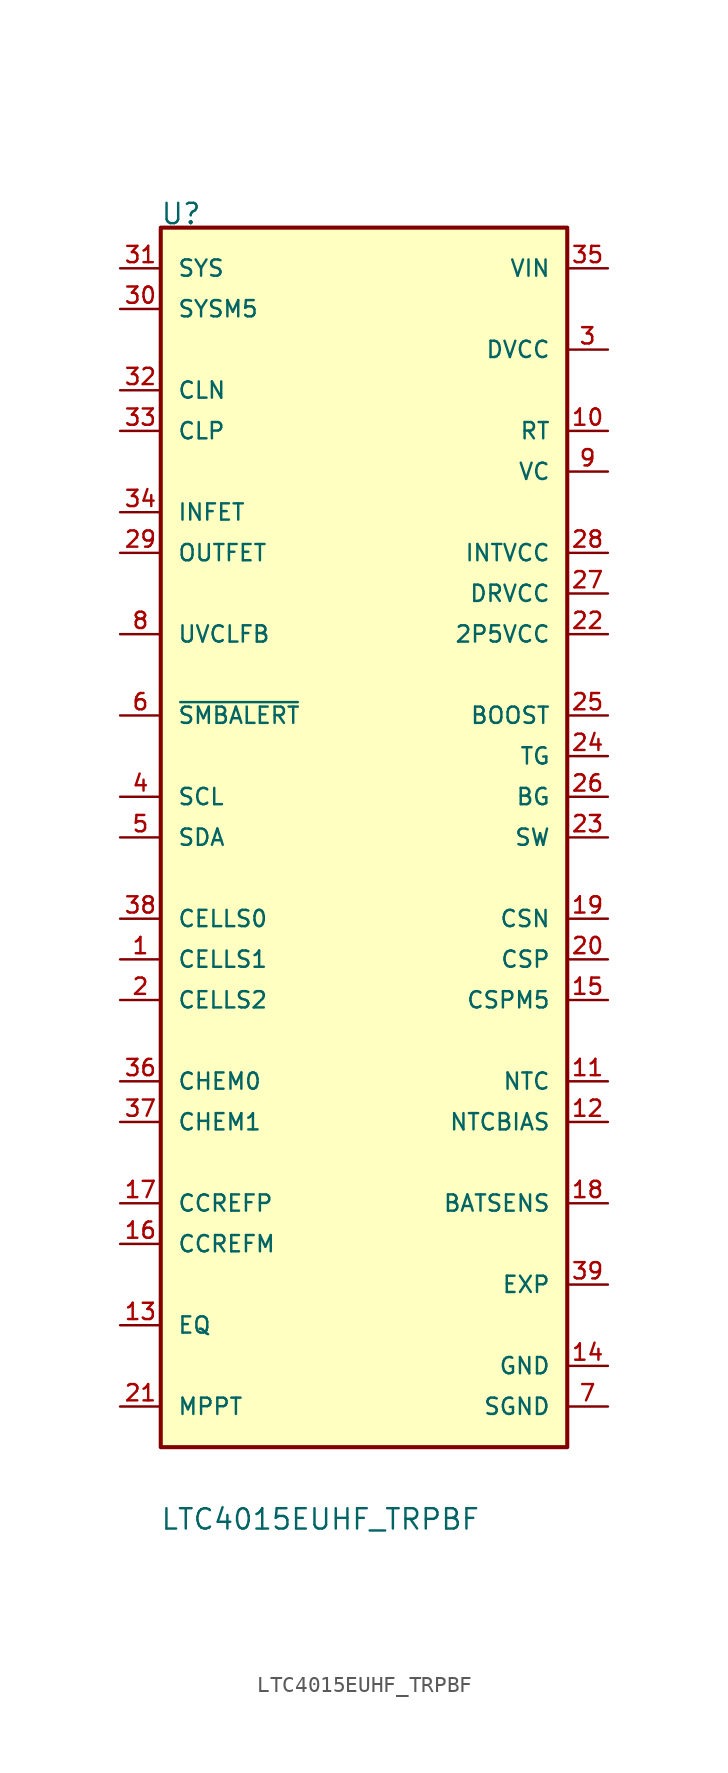
<source format=kicad_sym>
(kicad_symbol_lib
  (version 20211014)
  (generator kicad_symbol_editor)
  (symbol "LTC4015EUHF_TRPBF"
    (pin_names
      (offset 1.016))
    (property "Reference" "U"
      (at -12.74 38.219 0)
      (effects (font (size 1.27 1.27)) (justify bottom left)))
    (property "Value" "LTC4015EUHF_TRPBF"
      (at -12.749 -43.347 0)
      (effects (font (size 1.27 1.27)) (justify bottom left)))
    (symbol "LTC4015EUHF_TRPBF_0_0"
      (rectangle (start -12.7 -38.1) (end 12.7 38.1) (stroke (width 0.254)) (fill (type background)))
      (pin bidirectional line (at -15.24 -7.62 0) (length 2.54) (name "CELLS1" (effects (font (size 1.016 1.016)))) (number "1" (effects (font (size 1.016 1.016)))))
      (pin bidirectional line (at -15.24 -10.16 0) (length 2.54) (name "CELLS2" (effects (font (size 1.016 1.016)))) (number "2" (effects (font (size 1.016 1.016)))))
      (pin power_in line (at 15.24 30.48 180.0) (length 2.54) (name "DVCC" (effects (font (size 1.016 1.016)))) (number "3" (effects (font (size 1.016 1.016)))))
      (pin input line (at -15.24 2.54 0) (length 2.54) (name "SCL" (effects (font (size 1.016 1.016)))) (number "4" (effects (font (size 1.016 1.016)))))
      (pin bidirectional line (at -15.24 0.0 0) (length 2.54) (name "SDA" (effects (font (size 1.016 1.016)))) (number "5" (effects (font (size 1.016 1.016)))))
      (pin bidirectional line (at -15.24 7.62 0) (length 2.54) (name "~{SMBALERT}" (effects (font (size 1.016 1.016)))) (number "6" (effects (font (size 1.016 1.016)))))
      (pin power_in line (at 15.24 -35.56 180.0) (length 2.54) (name "SGND" (effects (font (size 1.016 1.016)))) (number "7" (effects (font (size 1.016 1.016)))))
      (pin bidirectional line (at -15.24 12.7 0) (length 2.54) (name "UVCLFB" (effects (font (size 1.016 1.016)))) (number "8" (effects (font (size 1.016 1.016)))))
      (pin power_in line (at 15.24 22.86 180.0) (length 2.54) (name "VC" (effects (font (size 1.016 1.016)))) (number "9" (effects (font (size 1.016 1.016)))))
      (pin power_in line (at 15.24 25.4 180.0) (length 2.54) (name "RT" (effects (font (size 1.016 1.016)))) (number "10" (effects (font (size 1.016 1.016)))))
      (pin input line (at 15.24 -15.24 180.0) (length 2.54) (name "NTC" (effects (font (size 1.016 1.016)))) (number "11" (effects (font (size 1.016 1.016)))))
      (pin output line (at 15.24 -17.78 180.0) (length 2.54) (name "NTCBIAS" (effects (font (size 1.016 1.016)))) (number "12" (effects (font (size 1.016 1.016)))))
      (pin input line (at -15.24 -30.48 0) (length 2.54) (name "EQ" (effects (font (size 1.016 1.016)))) (number "13" (effects (font (size 1.016 1.016)))))
      (pin power_in line (at 15.24 -33.02 180.0) (length 2.54) (name "GND" (effects (font (size 1.016 1.016)))) (number "14" (effects (font (size 1.016 1.016)))))
      (pin bidirectional line (at 15.24 -10.16 180.0) (length 2.54) (name "CSPM5" (effects (font (size 1.016 1.016)))) (number "15" (effects (font (size 1.016 1.016)))))
      (pin bidirectional line (at -15.24 -25.4 0) (length 2.54) (name "CCREFM" (effects (font (size 1.016 1.016)))) (number "16" (effects (font (size 1.016 1.016)))))
      (pin bidirectional line (at -15.24 -22.86 0) (length 2.54) (name "CCREFP" (effects (font (size 1.016 1.016)))) (number "17" (effects (font (size 1.016 1.016)))))
      (pin input line (at 15.24 -22.86 180.0) (length 2.54) (name "BATSENS" (effects (font (size 1.016 1.016)))) (number "18" (effects (font (size 1.016 1.016)))))
      (pin bidirectional line (at 15.24 -5.08 180.0) (length 2.54) (name "CSN" (effects (font (size 1.016 1.016)))) (number "19" (effects (font (size 1.016 1.016)))))
      (pin bidirectional line (at 15.24 -7.62 180.0) (length 2.54) (name "CSP" (effects (font (size 1.016 1.016)))) (number "20" (effects (font (size 1.016 1.016)))))
      (pin input line (at -15.24 -35.56 0) (length 2.54) (name "MPPT" (effects (font (size 1.016 1.016)))) (number "21" (effects (font (size 1.016 1.016)))))
      (pin power_in line (at 15.24 12.7 180.0) (length 2.54) (name "2P5VCC" (effects (font (size 1.016 1.016)))) (number "22" (effects (font (size 1.016 1.016)))))
      (pin bidirectional line (at -15.24 -5.08 0) (length 2.54) (name "CELLS0" (effects (font (size 1.016 1.016)))) (number "38" (effects (font (size 1.016 1.016)))))
      (pin bidirectional line (at 15.24 0.0 180.0) (length 2.54) (name "SW" (effects (font (size 1.016 1.016)))) (number "23" (effects (font (size 1.016 1.016)))))
      (pin bidirectional line (at 15.24 5.08 180.0) (length 2.54) (name "TG" (effects (font (size 1.016 1.016)))) (number "24" (effects (font (size 1.016 1.016)))))
      (pin bidirectional line (at 15.24 7.62 180.0) (length 2.54) (name "BOOST" (effects (font (size 1.016 1.016)))) (number "25" (effects (font (size 1.016 1.016)))))
      (pin bidirectional line (at 15.24 2.54 180.0) (length 2.54) (name "BG" (effects (font (size 1.016 1.016)))) (number "26" (effects (font (size 1.016 1.016)))))
      (pin power_in line (at 15.24 15.24 180.0) (length 2.54) (name "DRVCC" (effects (font (size 1.016 1.016)))) (number "27" (effects (font (size 1.016 1.016)))))
      (pin power_in line (at 15.24 17.78 180.0) (length 2.54) (name "INTVCC" (effects (font (size 1.016 1.016)))) (number "28" (effects (font (size 1.016 1.016)))))
      (pin output line (at -15.24 17.78 0) (length 2.54) (name "OUTFET" (effects (font (size 1.016 1.016)))) (number "29" (effects (font (size 1.016 1.016)))))
      (pin input line (at -15.24 33.02 0) (length 2.54) (name "SYSM5" (effects (font (size 1.016 1.016)))) (number "30" (effects (font (size 1.016 1.016)))))
      (pin input line (at -15.24 35.56 0) (length 2.54) (name "SYS" (effects (font (size 1.016 1.016)))) (number "31" (effects (font (size 1.016 1.016)))))
      (pin bidirectional line (at -15.24 27.94 0) (length 2.54) (name "CLN" (effects (font (size 1.016 1.016)))) (number "32" (effects (font (size 1.016 1.016)))))
      (pin bidirectional line (at -15.24 25.4 0) (length 2.54) (name "CLP" (effects (font (size 1.016 1.016)))) (number "33" (effects (font (size 1.016 1.016)))))
      (pin input line (at -15.24 20.32 0) (length 2.54) (name "INFET" (effects (font (size 1.016 1.016)))) (number "34" (effects (font (size 1.016 1.016)))))
      (pin power_in line (at 15.24 35.56 180.0) (length 2.54) (name "VIN" (effects (font (size 1.016 1.016)))) (number "35" (effects (font (size 1.016 1.016)))))
      (pin bidirectional line (at -15.24 -15.24 0) (length 2.54) (name "CHEM0" (effects (font (size 1.016 1.016)))) (number "36" (effects (font (size 1.016 1.016)))))
      (pin bidirectional line (at -15.24 -17.78 0) (length 2.54) (name "CHEM1" (effects (font (size 1.016 1.016)))) (number "37" (effects (font (size 1.016 1.016)))))
      (pin passive line (at 15.24 -27.94 180.0) (length 2.54) (name "EXP" (effects (font (size 1.016 1.016)))) (number "39" (effects (font (size 1.016 1.016))))))))
</source>
